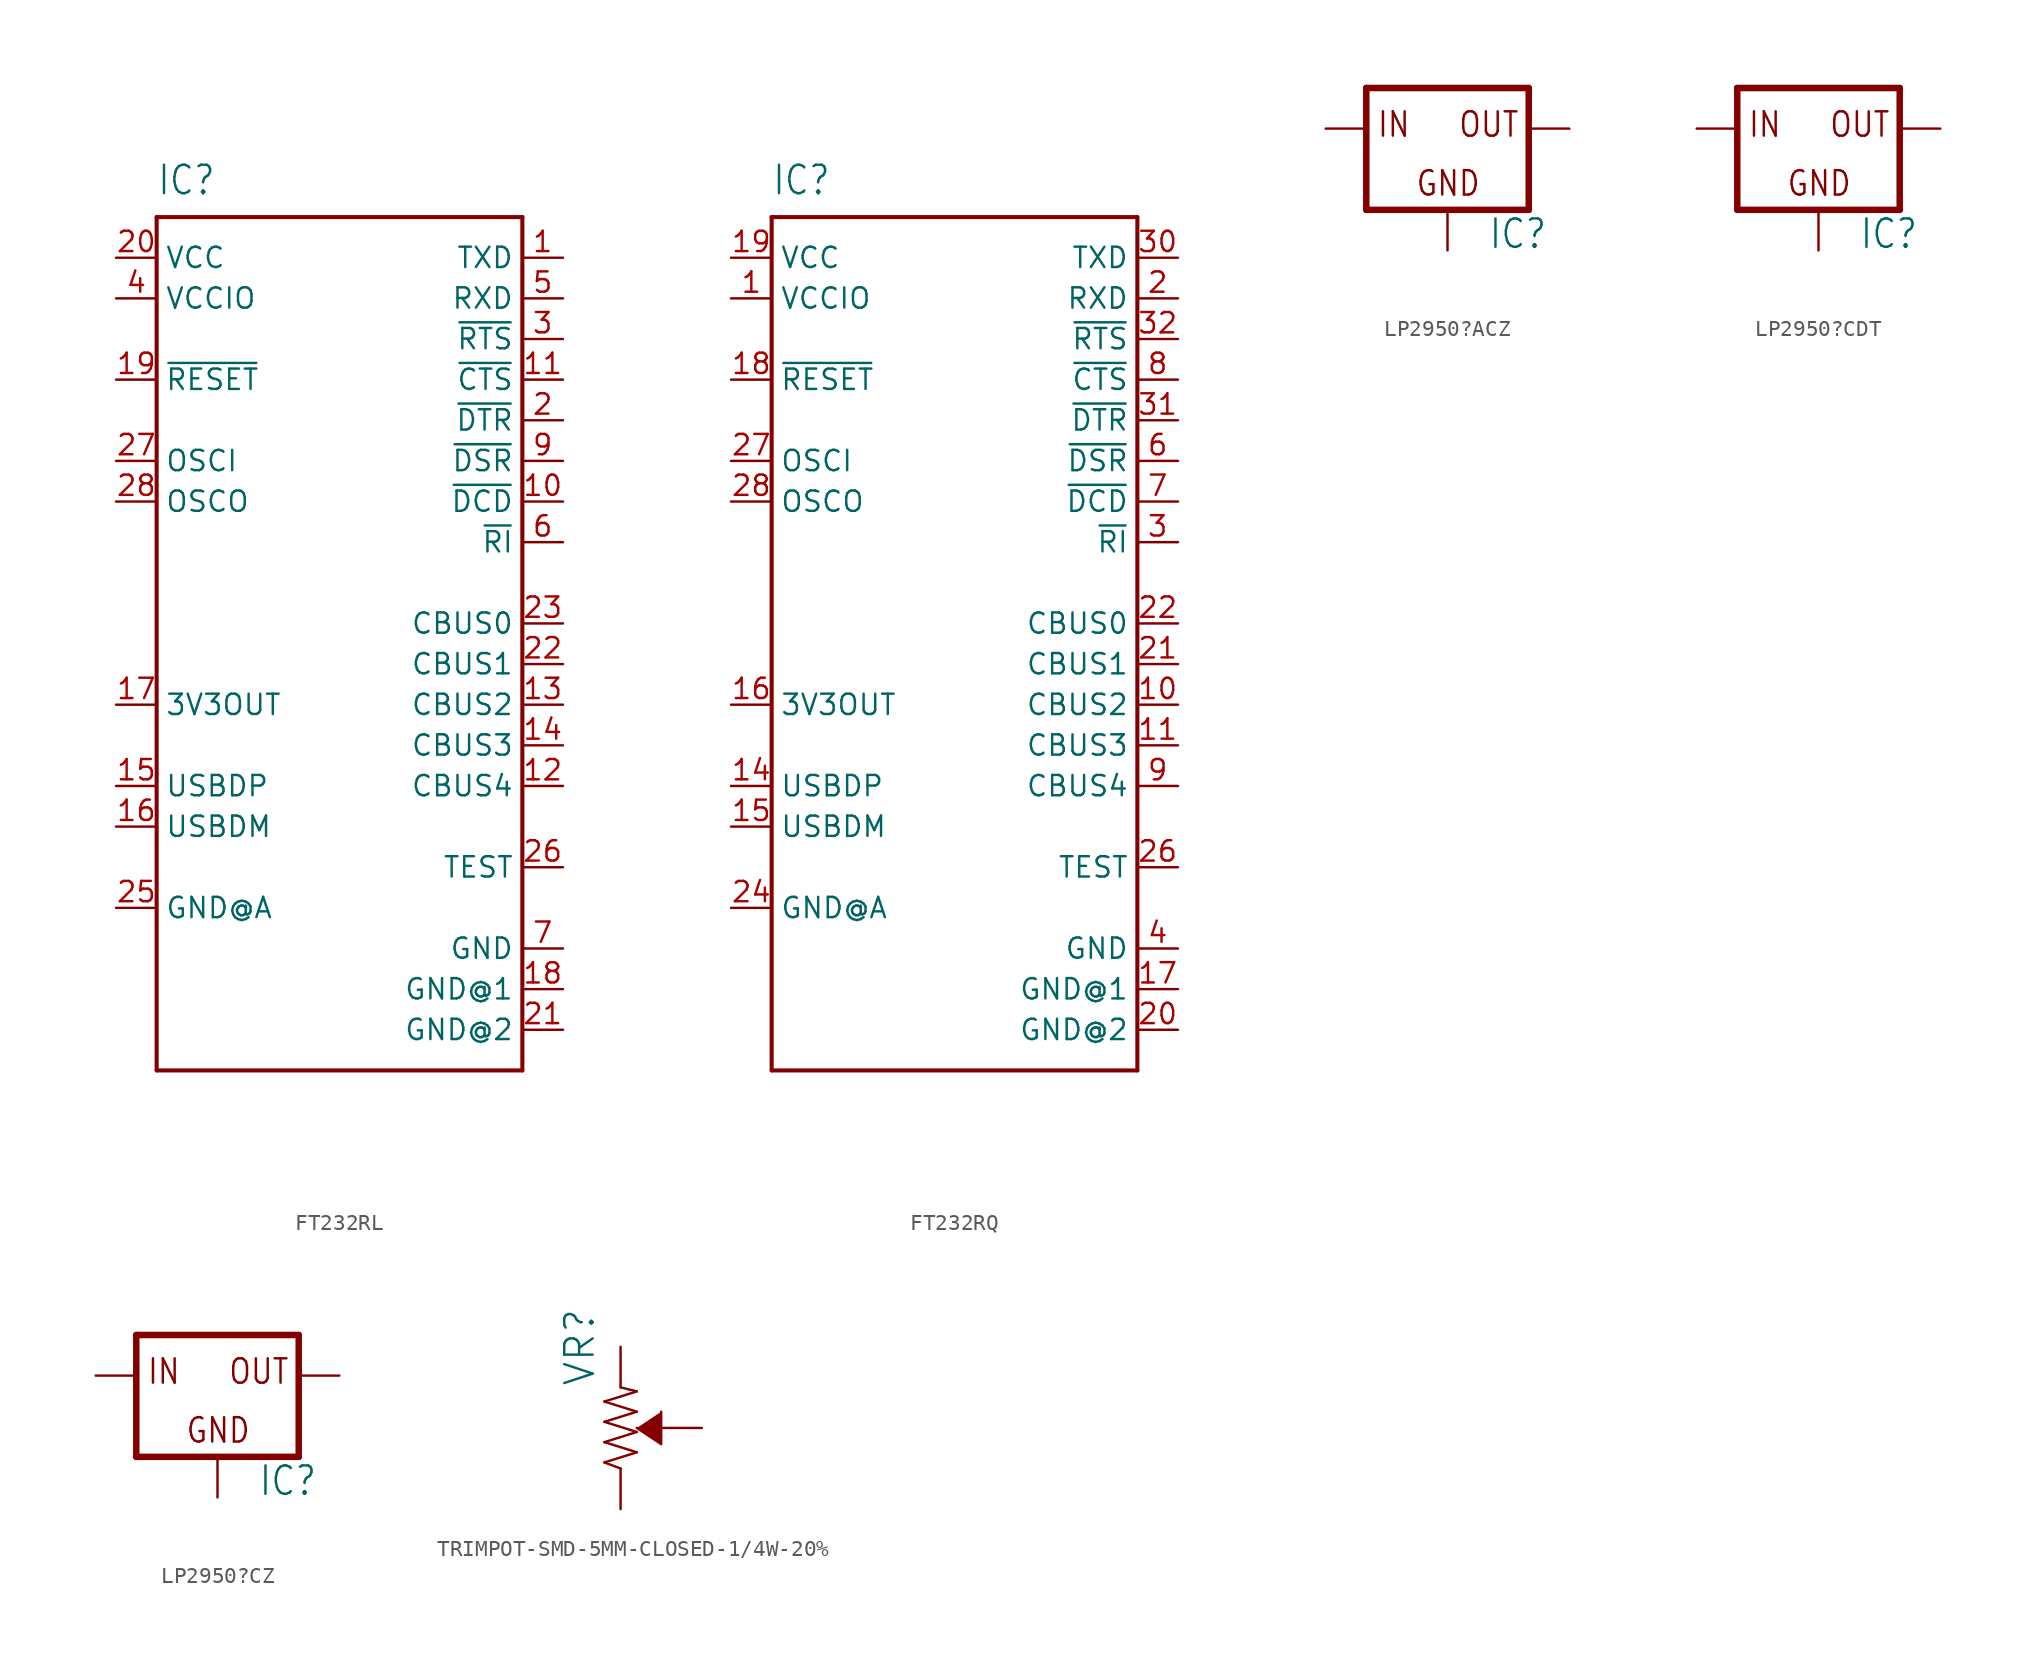
<source format=kicad_sym>
(kicad_symbol_lib
  (version 20220914)
  (generator kicad_symbol_editor)
  (symbol "FT232RL"
    (property "Reference" "IC"
      (at -10.16 26.67 0)
      (effects (font (size 1.778 1.511)) (justify left bottom)))
    (property "Value" ""
      (at -10.16 -30.48 0)
      (effects (font (size 1.778 1.511)) (justify left bottom)))
    (property "ki_locked" ""
      (at 0 0 0)
      (effects (font (size 1.27 1.27))))
    (symbol "FT232RL_1_0"
      (polyline (pts (xy -10.16 -27.94) (xy -10.16 25.4)) (stroke (width 0.254) (type solid)) (fill (type none)))
      (polyline (pts (xy -10.16 25.4) (xy 12.7 25.4)) (stroke (width 0.254) (type solid)) (fill (type none)))
      (polyline (pts (xy 12.7 -27.94) (xy -10.16 -27.94)) (stroke (width 0.254) (type solid)) (fill (type none)))
      (polyline (pts (xy 12.7 25.4) (xy 12.7 -27.94)) (stroke (width 0.254) (type solid)) (fill (type none)))
      (pin output line (at 15.24 22.86 180) (length 2.54) (name "TXD" (effects (font (size 1.27 1.27)))) (number "1" (effects (font (size 1.27 1.27)))))
      (pin input line (at 15.24 7.62 180) (length 2.54) (name "~{DCD}" (effects (font (size 1.27 1.27)))) (number "10" (effects (font (size 1.27 1.27)))))
      (pin input line (at 15.24 15.24 180) (length 2.54) (name "~{CTS}" (effects (font (size 1.27 1.27)))) (number "11" (effects (font (size 1.27 1.27)))))
      (pin bidirectional line (at 15.24 -10.16 180) (length 2.54) (name "CBUS4" (effects (font (size 1.27 1.27)))) (number "12" (effects (font (size 1.27 1.27)))))
      (pin bidirectional line (at 15.24 -5.08 180) (length 2.54) (name "CBUS2" (effects (font (size 1.27 1.27)))) (number "13" (effects (font (size 1.27 1.27)))))
      (pin bidirectional line (at 15.24 -7.62 180) (length 2.54) (name "CBUS3" (effects (font (size 1.27 1.27)))) (number "14" (effects (font (size 1.27 1.27)))))
      (pin bidirectional line (at -12.7 -10.16 0) (length 2.54) (name "USBDP" (effects (font (size 1.27 1.27)))) (number "15" (effects (font (size 1.27 1.27)))))
      (pin bidirectional line (at -12.7 -12.7 0) (length 2.54) (name "USBDM" (effects (font (size 1.27 1.27)))) (number "16" (effects (font (size 1.27 1.27)))))
      (pin output line (at -12.7 -5.08 0) (length 2.54) (name "3V3OUT" (effects (font (size 1.27 1.27)))) (number "17" (effects (font (size 1.27 1.27)))))
      (pin power_in line (at 15.24 -22.86 180) (length 2.54) (name "GND@1" (effects (font (size 1.27 1.27)))) (number "18" (effects (font (size 1.27 1.27)))))
      (pin input line (at -12.7 15.24 0) (length 2.54) (name "~{RESET}" (effects (font (size 1.27 1.27)))) (number "19" (effects (font (size 1.27 1.27)))))
      (pin output line (at 15.24 12.7 180) (length 2.54) (name "~{DTR}" (effects (font (size 1.27 1.27)))) (number "2" (effects (font (size 1.27 1.27)))))
      (pin power_in line (at -12.7 22.86 0) (length 2.54) (name "VCC" (effects (font (size 1.27 1.27)))) (number "20" (effects (font (size 1.27 1.27)))))
      (pin power_in line (at 15.24 -25.4 180) (length 2.54) (name "GND@2" (effects (font (size 1.27 1.27)))) (number "21" (effects (font (size 1.27 1.27)))))
      (pin bidirectional line (at 15.24 -2.54 180) (length 2.54) (name "CBUS1" (effects (font (size 1.27 1.27)))) (number "22" (effects (font (size 1.27 1.27)))))
      (pin bidirectional line (at 15.24 0 180) (length 2.54) (name "CBUS0" (effects (font (size 1.27 1.27)))) (number "23" (effects (font (size 1.27 1.27)))))
      (pin power_in line (at -12.7 -17.78 0) (length 2.54) (name "GND@A" (effects (font (size 1.27 1.27)))) (number "25" (effects (font (size 1.27 1.27)))))
      (pin input line (at 15.24 -15.24 180) (length 2.54) (name "TEST" (effects (font (size 1.27 1.27)))) (number "26" (effects (font (size 1.27 1.27)))))
      (pin input line (at -12.7 10.16 0) (length 2.54) (name "OSCI" (effects (font (size 1.27 1.27)))) (number "27" (effects (font (size 1.27 1.27)))))
      (pin output line (at -12.7 7.62 0) (length 2.54) (name "OSCO" (effects (font (size 1.27 1.27)))) (number "28" (effects (font (size 1.27 1.27)))))
      (pin output line (at 15.24 17.78 180) (length 2.54) (name "~{RTS}" (effects (font (size 1.27 1.27)))) (number "3" (effects (font (size 1.27 1.27)))))
      (pin power_in line (at -12.7 20.32 0) (length 2.54) (name "VCCIO" (effects (font (size 1.27 1.27)))) (number "4" (effects (font (size 1.27 1.27)))))
      (pin input line (at 15.24 20.32 180) (length 2.54) (name "RXD" (effects (font (size 1.27 1.27)))) (number "5" (effects (font (size 1.27 1.27)))))
      (pin input line (at 15.24 5.08 180) (length 2.54) (name "~{RI}" (effects (font (size 1.27 1.27)))) (number "6" (effects (font (size 1.27 1.27)))))
      (pin power_in line (at 15.24 -20.32 180) (length 2.54) (name "GND" (effects (font (size 1.27 1.27)))) (number "7" (effects (font (size 1.27 1.27)))))
      (pin input line (at 15.24 10.16 180) (length 2.54) (name "~{DSR}" (effects (font (size 1.27 1.27)))) (number "9" (effects (font (size 1.27 1.27)))))))
  (symbol "FT232RQ"
    (property "Reference" "IC"
      (at -10.16 26.67 0)
      (effects (font (size 1.778 1.511)) (justify left bottom)))
    (property "Value" ""
      (at -10.16 -30.48 0)
      (effects (font (size 1.778 1.511)) (justify left bottom)))
    (property "ki_locked" ""
      (at 0 0 0)
      (effects (font (size 1.27 1.27))))
    (symbol "FT232RQ_1_0"
      (polyline (pts (xy -10.16 -27.94) (xy -10.16 25.4)) (stroke (width 0.254) (type solid)) (fill (type none)))
      (polyline (pts (xy -10.16 25.4) (xy 12.7 25.4)) (stroke (width 0.254) (type solid)) (fill (type none)))
      (polyline (pts (xy 12.7 -27.94) (xy -10.16 -27.94)) (stroke (width 0.254) (type solid)) (fill (type none)))
      (polyline (pts (xy 12.7 25.4) (xy 12.7 -27.94)) (stroke (width 0.254) (type solid)) (fill (type none)))
      (pin power_in line (at -12.7 20.32 0) (length 2.54) (name "VCCIO" (effects (font (size 1.27 1.27)))) (number "1" (effects (font (size 1.27 1.27)))))
      (pin bidirectional line (at 15.24 -5.08 180) (length 2.54) (name "CBUS2" (effects (font (size 1.27 1.27)))) (number "10" (effects (font (size 1.27 1.27)))))
      (pin bidirectional line (at 15.24 -7.62 180) (length 2.54) (name "CBUS3" (effects (font (size 1.27 1.27)))) (number "11" (effects (font (size 1.27 1.27)))))
      (pin bidirectional line (at -12.7 -10.16 0) (length 2.54) (name "USBDP" (effects (font (size 1.27 1.27)))) (number "14" (effects (font (size 1.27 1.27)))))
      (pin bidirectional line (at -12.7 -12.7 0) (length 2.54) (name "USBDM" (effects (font (size 1.27 1.27)))) (number "15" (effects (font (size 1.27 1.27)))))
      (pin output line (at -12.7 -5.08 0) (length 2.54) (name "3V3OUT" (effects (font (size 1.27 1.27)))) (number "16" (effects (font (size 1.27 1.27)))))
      (pin power_in line (at 15.24 -22.86 180) (length 2.54) (name "GND@1" (effects (font (size 1.27 1.27)))) (number "17" (effects (font (size 1.27 1.27)))))
      (pin input line (at -12.7 15.24 0) (length 2.54) (name "~{RESET}" (effects (font (size 1.27 1.27)))) (number "18" (effects (font (size 1.27 1.27)))))
      (pin power_in line (at -12.7 22.86 0) (length 2.54) (name "VCC" (effects (font (size 1.27 1.27)))) (number "19" (effects (font (size 1.27 1.27)))))
      (pin input line (at 15.24 20.32 180) (length 2.54) (name "RXD" (effects (font (size 1.27 1.27)))) (number "2" (effects (font (size 1.27 1.27)))))
      (pin power_in line (at 15.24 -25.4 180) (length 2.54) (name "GND@2" (effects (font (size 1.27 1.27)))) (number "20" (effects (font (size 1.27 1.27)))))
      (pin bidirectional line (at 15.24 -2.54 180) (length 2.54) (name "CBUS1" (effects (font (size 1.27 1.27)))) (number "21" (effects (font (size 1.27 1.27)))))
      (pin bidirectional line (at 15.24 0 180) (length 2.54) (name "CBUS0" (effects (font (size 1.27 1.27)))) (number "22" (effects (font (size 1.27 1.27)))))
      (pin power_in line (at -12.7 -17.78 0) (length 2.54) (name "GND@A" (effects (font (size 1.27 1.27)))) (number "24" (effects (font (size 1.27 1.27)))))
      (pin input line (at 15.24 -15.24 180) (length 2.54) (name "TEST" (effects (font (size 1.27 1.27)))) (number "26" (effects (font (size 1.27 1.27)))))
      (pin input line (at -12.7 10.16 0) (length 2.54) (name "OSCI" (effects (font (size 1.27 1.27)))) (number "27" (effects (font (size 1.27 1.27)))))
      (pin output line (at -12.7 7.62 0) (length 2.54) (name "OSCO" (effects (font (size 1.27 1.27)))) (number "28" (effects (font (size 1.27 1.27)))))
      (pin input line (at 15.24 5.08 180) (length 2.54) (name "~{RI}" (effects (font (size 1.27 1.27)))) (number "3" (effects (font (size 1.27 1.27)))))
      (pin output line (at 15.24 22.86 180) (length 2.54) (name "TXD" (effects (font (size 1.27 1.27)))) (number "30" (effects (font (size 1.27 1.27)))))
      (pin output line (at 15.24 12.7 180) (length 2.54) (name "~{DTR}" (effects (font (size 1.27 1.27)))) (number "31" (effects (font (size 1.27 1.27)))))
      (pin output line (at 15.24 17.78 180) (length 2.54) (name "~{RTS}" (effects (font (size 1.27 1.27)))) (number "32" (effects (font (size 1.27 1.27)))))
      (pin power_in line (at 15.24 -20.32 180) (length 2.54) (name "GND" (effects (font (size 1.27 1.27)))) (number "4" (effects (font (size 1.27 1.27)))))
      (pin input line (at 15.24 10.16 180) (length 2.54) (name "~{DSR}" (effects (font (size 1.27 1.27)))) (number "6" (effects (font (size 1.27 1.27)))))
      (pin input line (at 15.24 7.62 180) (length 2.54) (name "~{DCD}" (effects (font (size 1.27 1.27)))) (number "7" (effects (font (size 1.27 1.27)))))
      (pin input line (at 15.24 15.24 180) (length 2.54) (name "~{CTS}" (effects (font (size 1.27 1.27)))) (number "8" (effects (font (size 1.27 1.27)))))
      (pin bidirectional line (at 15.24 -10.16 180) (length 2.54) (name "CBUS4" (effects (font (size 1.27 1.27)))) (number "9" (effects (font (size 1.27 1.27)))))))
  (symbol "LP2950?ACZ"
    (property "Reference" "IC"
      (at 2.54 -7.62 0)
      (effects (font (size 1.778 1.511)) (justify left bottom)))
    (property "Value" ""
      (at 2.54 -10.16 0)
      (effects (font (size 1.778 1.511)) (justify left bottom)))
    (property "ki_locked" ""
      (at 0 0 0)
      (effects (font (size 1.27 1.27))))
    (symbol "LP2950?ACZ_1_0"
      (polyline (pts (xy -5.08 -5.08) (xy 5.08 -5.08)) (stroke (width 0.406) (type solid)) (fill (type none)))
      (polyline (pts (xy -5.08 2.54) (xy -5.08 -5.08)) (stroke (width 0.406) (type solid)) (fill (type none)))
      (polyline (pts (xy 5.08 -5.08) (xy 5.08 2.54)) (stroke (width 0.406) (type solid)) (fill (type none)))
      (polyline (pts (xy 5.08 2.54) (xy -5.08 2.54)) (stroke (width 0.406) (type solid)) (fill (type none)))
      (text "GND" (at -2.032 -4.318 0) (effects (font (size 1.524 1.295)) (justify left bottom)))
      (text "IN" (at -4.445 -0.635 0) (effects (font (size 1.524 1.295)) (justify left bottom)))
      (text "OUT" (at 0.635 -0.635 0) (effects (font (size 1.524 1.295)) (justify left bottom)))
      (pin passive line (at 7.62 0 180) (length 2.54) (name "OUT" (effects (font (size 0 0)))) (number "1" (effects (font (size 0 0)))))
      (pin input line (at 0 -7.62 90) (length 2.54) (name "GND" (effects (font (size 0 0)))) (number "2" (effects (font (size 0 0)))))
      (pin input line (at -7.62 0 0) (length 2.54) (name "IN" (effects (font (size 0 0)))) (number "3" (effects (font (size 0 0)))))))
  (symbol "LP2950?CDT"
    (property "Reference" "IC"
      (at 2.54 -7.62 0)
      (effects (font (size 1.778 1.511)) (justify left bottom)))
    (property "Value" ""
      (at 2.54 -10.16 0)
      (effects (font (size 1.778 1.511)) (justify left bottom)))
    (property "ki_locked" ""
      (at 0 0 0)
      (effects (font (size 1.27 1.27))))
    (symbol "LP2950?CDT_1_0"
      (polyline (pts (xy -5.08 -5.08) (xy 5.08 -5.08)) (stroke (width 0.406) (type solid)) (fill (type none)))
      (polyline (pts (xy -5.08 2.54) (xy -5.08 -5.08)) (stroke (width 0.406) (type solid)) (fill (type none)))
      (polyline (pts (xy 5.08 -5.08) (xy 5.08 2.54)) (stroke (width 0.406) (type solid)) (fill (type none)))
      (polyline (pts (xy 5.08 2.54) (xy -5.08 2.54)) (stroke (width 0.406) (type solid)) (fill (type none)))
      (text "GND" (at -2.032 -4.318 0) (effects (font (size 1.524 1.295)) (justify left bottom)))
      (text "IN" (at -4.445 -0.635 0) (effects (font (size 1.524 1.295)) (justify left bottom)))
      (text "OUT" (at 0.635 -0.635 0) (effects (font (size 1.524 1.295)) (justify left bottom)))
      (pin input line (at -7.62 0 0) (length 2.54) (name "IN" (effects (font (size 0 0)))) (number "1" (effects (font (size 0 0)))))
      (pin passive line (at 7.62 0 180) (length 2.54) (name "OUT" (effects (font (size 0 0)))) (number "3" (effects (font (size 0 0)))))
      (pin input line (at 0 -7.62 90) (length 2.54) (name "GND" (effects (font (size 0 0)))) (number "4" (effects (font (size 0 0)))))))
  (symbol "LP2950?CZ"
    (property "Reference" "IC"
      (at 2.54 -7.62 0)
      (effects (font (size 1.778 1.511)) (justify left bottom)))
    (property "Value" ""
      (at 2.54 -10.16 0)
      (effects (font (size 1.778 1.511)) (justify left bottom)))
    (property "ki_locked" ""
      (at 0 0 0)
      (effects (font (size 1.27 1.27))))
    (symbol "LP2950?CZ_1_0"
      (polyline (pts (xy -5.08 -5.08) (xy 5.08 -5.08)) (stroke (width 0.406) (type solid)) (fill (type none)))
      (polyline (pts (xy -5.08 2.54) (xy -5.08 -5.08)) (stroke (width 0.406) (type solid)) (fill (type none)))
      (polyline (pts (xy 5.08 -5.08) (xy 5.08 2.54)) (stroke (width 0.406) (type solid)) (fill (type none)))
      (polyline (pts (xy 5.08 2.54) (xy -5.08 2.54)) (stroke (width 0.406) (type solid)) (fill (type none)))
      (text "GND" (at -2.032 -4.318 0) (effects (font (size 1.524 1.295)) (justify left bottom)))
      (text "IN" (at -4.445 -0.635 0) (effects (font (size 1.524 1.295)) (justify left bottom)))
      (text "OUT" (at 0.635 -0.635 0) (effects (font (size 1.524 1.295)) (justify left bottom)))
      (pin passive line (at 7.62 0 180) (length 2.54) (name "OUT" (effects (font (size 0 0)))) (number "1" (effects (font (size 0 0)))))
      (pin input line (at 0 -7.62 90) (length 2.54) (name "GND" (effects (font (size 0 0)))) (number "2" (effects (font (size 0 0)))))
      (pin input line (at -7.62 0 0) (length 2.54) (name "IN" (effects (font (size 0 0)))) (number "3" (effects (font (size 0 0)))))))
  (symbol "TRIMPOT-SMD-5MM-CLOSED-1/4W-20%"
    (property "Reference" "VR"
      (at -1.524 2.54 90)
      (effects (font (size 1.778 1.778)) (justify left bottom)))
    (property "Value" ""
      (at 1.524 2.54 90)
      (effects (font (size 1.778 1.778)) (justify left top)))
    (property "ki_locked" ""
      (at 0 0 0)
      (effects (font (size 1.27 1.27))))
    (symbol "TRIMPOT-SMD-5MM-CLOSED-1/4W-20%_1_0"
      (polyline (pts (xy -1.016 -2.159) (xy 1.016 -1.524)) (stroke (width 0.152) (type solid)) (fill (type none)))
      (polyline (pts (xy -1.016 -0.889) (xy 1.016 -0.254)) (stroke (width 0.152) (type solid)) (fill (type none)))
      (polyline (pts (xy -1.016 0.381) (xy 1.016 1.016)) (stroke (width 0.152) (type solid)) (fill (type none)))
      (polyline (pts (xy -1.016 1.651) (xy 1.016 2.286)) (stroke (width 0.152) (type solid)) (fill (type none)))
      (polyline (pts (xy 0 -2.54) (xy -1.016 -2.159)) (stroke (width 0.152) (type solid)) (fill (type none)))
      (polyline (pts (xy 1.016 -1.524) (xy -1.016 -0.889)) (stroke (width 0.152) (type solid)) (fill (type none)))
      (polyline (pts (xy 1.016 -0.254) (xy -1.016 0.381)) (stroke (width 0.152) (type solid)) (fill (type none)))
      (polyline (pts (xy 1.016 1.016) (xy -1.016 1.651)) (stroke (width 0.152) (type solid)) (fill (type none)))
      (polyline (pts (xy 1.016 2.286) (xy 0 2.54)) (stroke (width 0.152) (type solid)) (fill (type none)))
      (polyline (pts (xy 1.016 0) (xy 2.54 -1.016) (xy 2.54 1.016)) (stroke (width 0.152) (type solid)) (fill (type outline)))
      (pin passive line (at 0 5.08 270) (length 2.54) (name "CCW" (effects (font (size 0 0)))) (number "A" (effects (font (size 0 0)))))
      (pin passive line (at 5.08 0 180) (length 2.54) (name "WIPER" (effects (font (size 0 0)))) (number "B" (effects (font (size 0 0)))))
      (pin passive line (at 0 -5.08 90) (length 2.54) (name "CW" (effects (font (size 0 0)))) (number "C" (effects (font (size 0 0))))))))
</source>
